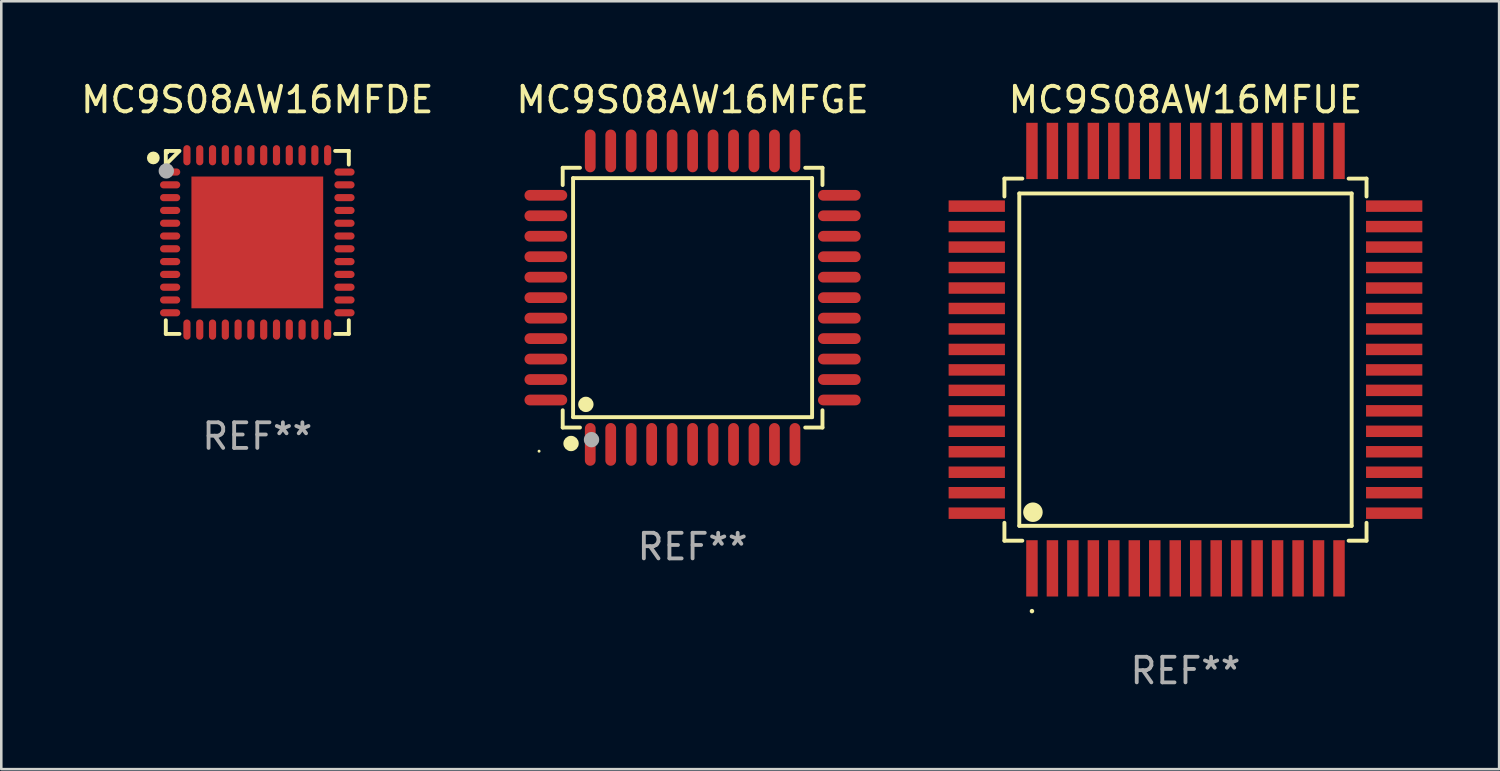
<source format=kicad_pcb>
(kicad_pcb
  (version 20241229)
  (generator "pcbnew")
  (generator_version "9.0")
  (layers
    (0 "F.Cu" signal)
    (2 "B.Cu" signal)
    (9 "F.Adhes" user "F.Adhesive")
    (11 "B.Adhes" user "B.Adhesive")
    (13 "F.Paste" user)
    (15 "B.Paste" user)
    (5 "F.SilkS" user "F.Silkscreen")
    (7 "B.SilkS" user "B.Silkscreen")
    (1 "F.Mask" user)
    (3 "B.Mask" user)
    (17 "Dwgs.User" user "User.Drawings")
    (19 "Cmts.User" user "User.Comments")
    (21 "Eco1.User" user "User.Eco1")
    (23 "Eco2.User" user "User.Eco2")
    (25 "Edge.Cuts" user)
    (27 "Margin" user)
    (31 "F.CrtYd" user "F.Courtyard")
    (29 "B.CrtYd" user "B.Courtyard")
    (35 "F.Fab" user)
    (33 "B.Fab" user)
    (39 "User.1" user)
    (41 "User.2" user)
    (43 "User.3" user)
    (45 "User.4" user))
  (footprint "MC9S08AW16MFUE"
    (layer "F.Cu")
    (at 43.281 11.006)
    (property "Reference" "MC9S08AW16MFUE" (at 0 -10.157 0) (layer "F.SilkS") (effects (font (size 1 1) (thickness 0.15))))
    (attr through_hole)
    (fp_line (start -7.076 -7.076) (end -7.076 -6.376) (stroke (width 0.152) (type solid)) (layer "F.SilkS"))
    (fp_line (start -7.076 7.076) (end -7.076 6.376) (stroke (width 0.152) (type solid)) (layer "F.SilkS"))
    (fp_line (start -6.495 -6.495) (end 6.495 -6.495) (stroke (width 0.152) (type solid)) (layer "F.SilkS"))
    (fp_line (start -6.495 6.495) (end -6.495 -6.495) (stroke (width 0.152) (type solid)) (layer "F.SilkS"))
    (fp_line (start -6.376 -7.076) (end -7.076 -7.076) (stroke (width 0.152) (type solid)) (layer "F.SilkS"))
    (fp_line (start -6.376 7.076) (end -7.076 7.076) (stroke (width 0.152) (type solid)) (layer "F.SilkS"))
    (fp_line (start 6.376 -7.076) (end 7.076 -7.076) (stroke (width 0.152) (type solid)) (layer "F.SilkS"))
    (fp_line (start 6.376 7.076) (end 7.076 7.076) (stroke (width 0.152) (type solid)) (layer "F.SilkS"))
    (fp_line (start 6.495 -6.495) (end 6.495 6.495) (stroke (width 0.152) (type solid)) (layer "F.SilkS"))
    (fp_line (start 6.495 6.495) (end -6.495 6.495) (stroke (width 0.152) (type solid)) (layer "F.SilkS"))
    (fp_line (start 7.076 -7.076) (end 7.076 -6.376) (stroke (width 0.152) (type solid)) (layer "F.SilkS"))
    (fp_line (start 7.076 7.076) (end 7.076 6.376) (stroke (width 0.152) (type solid)) (layer "F.SilkS"))
    (fp_circle (center -6 9.828) (end -5.956 9.828) (stroke (width 0.088) (type solid)) (fill no) (layer "F.SilkS"))
    (fp_circle (center -5.962 5.962) (end -5.771 5.962) (stroke (width 0.381) (type solid)) (fill no) (layer "F.SilkS"))
    (fp_text user "REF**" (at 0 12.157 0) (layer "F.Fab") (effects (font (size 1 1) (thickness 0.15))))
    (pad "1" smd rect (at -6 8.157 90) (size 2.2 0.448) (layers "F.Cu" "F.Mask" "F.Paste"))
    (pad "2" smd rect (at -5.2 8.157 90) (size 2.2 0.448) (layers "F.Cu" "F.Mask" "F.Paste"))
    (pad "3" smd rect (at -4.4 8.157 90) (size 2.2 0.448) (layers "F.Cu" "F.Mask" "F.Paste"))
    (pad "4" smd rect (at -3.6 8.157 90) (size 2.2 0.448) (layers "F.Cu" "F.Mask" "F.Paste"))
    (pad "5" smd rect (at -2.8 8.157 90) (size 2.2 0.448) (layers "F.Cu" "F.Mask" "F.Paste"))
    (pad "6" smd rect (at -2 8.157 90) (size 2.2 0.448) (layers "F.Cu" "F.Mask" "F.Paste"))
    (pad "7" smd rect (at -1.2 8.157 90) (size 2.2 0.448) (layers "F.Cu" "F.Mask" "F.Paste"))
    (pad "8" smd rect (at -0.4 8.157 90) (size 2.2 0.448) (layers "F.Cu" "F.Mask" "F.Paste"))
    (pad "9" smd rect (at 0.4 8.157 90) (size 2.2 0.448) (layers "F.Cu" "F.Mask" "F.Paste"))
    (pad "10" smd rect (at 1.2 8.157 90) (size 2.2 0.448) (layers "F.Cu" "F.Mask" "F.Paste"))
    (pad "11" smd rect (at 2 8.157 90) (size 2.2 0.448) (layers "F.Cu" "F.Mask" "F.Paste"))
    (pad "12" smd rect (at 2.8 8.157 90) (size 2.2 0.448) (layers "F.Cu" "F.Mask" "F.Paste"))
    (pad "13" smd rect (at 3.6 8.157 90) (size 2.2 0.448) (layers "F.Cu" "F.Mask" "F.Paste"))
    (pad "14" smd rect (at 4.4 8.157 90) (size 2.2 0.448) (layers "F.Cu" "F.Mask" "F.Paste"))
    (pad "15" smd rect (at 5.2 8.157 90) (size 2.2 0.448) (layers "F.Cu" "F.Mask" "F.Paste"))
    (pad "16" smd rect (at 6 8.157 90) (size 2.2 0.448) (layers "F.Cu" "F.Mask" "F.Paste"))
    (pad "17" smd rect (at 8.157 6 90) (size 0.448 2.2) (layers "F.Cu" "F.Mask" "F.Paste"))
    (pad "18" smd rect (at 8.157 5.2 90) (size 0.448 2.2) (layers "F.Cu" "F.Mask" "F.Paste"))
    (pad "19" smd rect (at 8.157 4.4 90) (size 0.448 2.2) (layers "F.Cu" "F.Mask" "F.Paste"))
    (pad "20" smd rect (at 8.157 3.6 90) (size 0.448 2.2) (layers "F.Cu" "F.Mask" "F.Paste"))
    (pad "21" smd rect (at 8.157 2.8 90) (size 0.448 2.2) (layers "F.Cu" "F.Mask" "F.Paste"))
    (pad "22" smd rect (at 8.157 2 90) (size 0.448 2.2) (layers "F.Cu" "F.Mask" "F.Paste"))
    (pad "23" smd rect (at 8.157 1.2 90) (size 0.448 2.2) (layers "F.Cu" "F.Mask" "F.Paste"))
    (pad "24" smd rect (at 8.157 0.4 90) (size 0.448 2.2) (layers "F.Cu" "F.Mask" "F.Paste"))
    (pad "25" smd rect (at 8.157 -0.4 90) (size 0.448 2.2) (layers "F.Cu" "F.Mask" "F.Paste"))
    (pad "26" smd rect (at 8.157 -1.2 90) (size 0.448 2.2) (layers "F.Cu" "F.Mask" "F.Paste"))
    (pad "27" smd rect (at 8.157 -2 90) (size 0.448 2.2) (layers "F.Cu" "F.Mask" "F.Paste"))
    (pad "28" smd rect (at 8.157 -2.8 90) (size 0.448 2.2) (layers "F.Cu" "F.Mask" "F.Paste"))
    (pad "29" smd rect (at 8.157 -3.6 90) (size 0.448 2.2) (layers "F.Cu" "F.Mask" "F.Paste"))
    (pad "30" smd rect (at 8.157 -4.4 90) (size 0.448 2.2) (layers "F.Cu" "F.Mask" "F.Paste"))
    (pad "31" smd rect (at 8.157 -5.2 90) (size 0.448 2.2) (layers "F.Cu" "F.Mask" "F.Paste"))
    (pad "32" smd rect (at 8.157 -6 90) (size 0.448 2.2) (layers "F.Cu" "F.Mask" "F.Paste"))
    (pad "33" smd rect (at 6 -8.157 90) (size 2.2 0.448) (layers "F.Cu" "F.Mask" "F.Paste"))
    (pad "34" smd rect (at 5.2 -8.157 90) (size 2.2 0.448) (layers "F.Cu" "F.Mask" "F.Paste"))
    (pad "35" smd rect (at 4.4 -8.157 90) (size 2.2 0.448) (layers "F.Cu" "F.Mask" "F.Paste"))
    (pad "36" smd rect (at 3.6 -8.157 90) (size 2.2 0.448) (layers "F.Cu" "F.Mask" "F.Paste"))
    (pad "37" smd rect (at 2.8 -8.157 90) (size 2.2 0.448) (layers "F.Cu" "F.Mask" "F.Paste"))
    (pad "38" smd rect (at 2 -8.157 90) (size 2.2 0.448) (layers "F.Cu" "F.Mask" "F.Paste"))
    (pad "39" smd rect (at 1.2 -8.157 90) (size 2.2 0.448) (layers "F.Cu" "F.Mask" "F.Paste"))
    (pad "40" smd rect (at 0.4 -8.157 90) (size 2.2 0.448) (layers "F.Cu" "F.Mask" "F.Paste"))
    (pad "41" smd rect (at -0.4 -8.157 90) (size 2.2 0.448) (layers "F.Cu" "F.Mask" "F.Paste"))
    (pad "42" smd rect (at -1.2 -8.157 90) (size 2.2 0.448) (layers "F.Cu" "F.Mask" "F.Paste"))
    (pad "43" smd rect (at -2 -8.157 90) (size 2.2 0.448) (layers "F.Cu" "F.Mask" "F.Paste"))
    (pad "44" smd rect (at -2.8 -8.157 90) (size 2.2 0.448) (layers "F.Cu" "F.Mask" "F.Paste"))
    (pad "45" smd rect (at -3.6 -8.157 90) (size 2.2 0.448) (layers "F.Cu" "F.Mask" "F.Paste"))
    (pad "46" smd rect (at -4.4 -8.157 90) (size 2.2 0.448) (layers "F.Cu" "F.Mask" "F.Paste"))
    (pad "47" smd rect (at -5.2 -8.157 90) (size 2.2 0.448) (layers "F.Cu" "F.Mask" "F.Paste"))
    (pad "48" smd rect (at -6 -8.157 90) (size 2.2 0.448) (layers "F.Cu" "F.Mask" "F.Paste"))
    (pad "49" smd rect (at -8.157 -6 90) (size 0.448 2.2) (layers "F.Cu" "F.Mask" "F.Paste"))
    (pad "50" smd rect (at -8.157 -5.2 90) (size 0.448 2.2) (layers "F.Cu" "F.Mask" "F.Paste"))
    (pad "51" smd rect (at -8.157 -4.4 90) (size 0.448 2.2) (layers "F.Cu" "F.Mask" "F.Paste"))
    (pad "52" smd rect (at -8.157 -3.6 90) (size 0.448 2.2) (layers "F.Cu" "F.Mask" "F.Paste"))
    (pad "53" smd rect (at -8.157 -2.8 90) (size 0.448 2.2) (layers "F.Cu" "F.Mask" "F.Paste"))
    (pad "54" smd rect (at -8.157 -2 90) (size 0.448 2.2) (layers "F.Cu" "F.Mask" "F.Paste"))
    (pad "55" smd rect (at -8.157 -1.2 90) (size 0.448 2.2) (layers "F.Cu" "F.Mask" "F.Paste"))
    (pad "56" smd rect (at -8.157 -0.4 90) (size 0.448 2.2) (layers "F.Cu" "F.Mask" "F.Paste"))
    (pad "57" smd rect (at -8.157 0.4 90) (size 0.448 2.2) (layers "F.Cu" "F.Mask" "F.Paste"))
    (pad "58" smd rect (at -8.157 1.2 90) (size 0.448 2.2) (layers "F.Cu" "F.Mask" "F.Paste"))
    (pad "59" smd rect (at -8.157 2 90) (size 0.448 2.2) (layers "F.Cu" "F.Mask" "F.Paste"))
    (pad "60" smd rect (at -8.157 2.8 90) (size 0.448 2.2) (layers "F.Cu" "F.Mask" "F.Paste"))
    (pad "61" smd rect (at -8.157 3.6 90) (size 0.448 2.2) (layers "F.Cu" "F.Mask" "F.Paste"))
    (pad "62" smd rect (at -8.157 4.4 90) (size 0.448 2.2) (layers "F.Cu" "F.Mask" "F.Paste"))
    (pad "63" smd rect (at -8.157 5.2 90) (size 0.448 2.2) (layers "F.Cu" "F.Mask" "F.Paste"))
    (pad "64" smd rect (at -8.157 6 90) (size 0.448 2.2) (layers "F.Cu" "F.Mask" "F.Paste")))
  (footprint "MC9S08AW16MFGE"
    (layer "F.Cu")
    (at 24.018 8.583)
    (property "Reference" "MC9S08AW16MFGE" (at 0 -7.735 0) (layer "F.SilkS") (effects (font (size 1 1) (thickness 0.15))))
    (attr through_hole)
    (fp_line (start -5.076 -5.076) (end -4.401 -5.076) (stroke (width 0.152) (type solid)) (layer "F.SilkS"))
    (fp_line (start -5.076 -4.401) (end -5.076 -5.076) (stroke (width 0.152) (type solid)) (layer "F.SilkS"))
    (fp_line (start -5.076 4.401) (end -5.076 5.076) (stroke (width 0.152) (type solid)) (layer "F.SilkS"))
    (fp_line (start -5.076 5.076) (end -4.401 5.076) (stroke (width 0.152) (type solid)) (layer "F.SilkS"))
    (fp_line (start -4.671 -4.671) (end 4.671 -4.671) (stroke (width 0.152) (type solid)) (layer "F.SilkS"))
    (fp_line (start -4.671 4.671) (end -4.671 -4.671) (stroke (width 0.152) (type solid)) (layer "F.SilkS"))
    (fp_line (start 4.671 -4.671) (end 4.671 4.671) (stroke (width 0.152) (type solid)) (layer "F.SilkS"))
    (fp_line (start 4.671 4.671) (end -4.671 4.671) (stroke (width 0.152) (type solid)) (layer "F.SilkS"))
    (fp_line (start 5.076 -5.076) (end 4.401 -5.076) (stroke (width 0.152) (type solid)) (layer "F.SilkS"))
    (fp_line (start 5.076 -4.401) (end 5.076 -5.076) (stroke (width 0.152) (type solid)) (layer "F.SilkS"))
    (fp_line (start 5.076 4.401) (end 5.076 5.076) (stroke (width 0.152) (type solid)) (layer "F.SilkS"))
    (fp_line (start 5.076 5.076) (end 4.401 5.076) (stroke (width 0.152) (type solid)) (layer "F.SilkS"))
    (fp_circle (center -6 6) (end -5.97 6) (stroke (width 0.06) (type solid)) (fill no) (layer "F.SilkS"))
    (fp_circle (center -4.75 5.7) (end -4.6 5.7) (stroke (width 0.3) (type solid)) (fill no) (layer "F.SilkS"))
    (fp_circle (center -4.171 4.171) (end -4.021 4.171) (stroke (width 0.3) (type solid)) (fill no) (layer "F.SilkS"))
    (fp_circle (center -3.95 5.55) (end -3.8 5.55) (stroke (width 0.3) (type solid)) (fill no) (layer "F.Fab"))
    (fp_text user "REF**" (at 0 9.735 0) (layer "F.Fab") (effects (font (size 1 1) (thickness 0.15))))
    (pad "1" smd oval (at -4 5.735) (size 0.42 1.67) (layers "F.Cu" "F.Mask" "F.Paste"))
    (pad "2" smd oval (at -3.2 5.735) (size 0.42 1.67) (layers "F.Cu" "F.Mask" "F.Paste"))
    (pad "3" smd oval (at -2.4 5.735) (size 0.42 1.67) (layers "F.Cu" "F.Mask" "F.Paste"))
    (pad "4" smd oval (at -1.6 5.735) (size 0.42 1.67) (layers "F.Cu" "F.Mask" "F.Paste"))
    (pad "5" smd oval (at -0.8 5.735) (size 0.42 1.67) (layers "F.Cu" "F.Mask" "F.Paste"))
    (pad "6" smd oval (at 0 5.735) (size 0.42 1.67) (layers "F.Cu" "F.Mask" "F.Paste"))
    (pad "7" smd oval (at 0.8 5.735) (size 0.42 1.67) (layers "F.Cu" "F.Mask" "F.Paste"))
    (pad "8" smd oval (at 1.6 5.735) (size 0.42 1.67) (layers "F.Cu" "F.Mask" "F.Paste"))
    (pad "9" smd oval (at 2.4 5.735) (size 0.42 1.67) (layers "F.Cu" "F.Mask" "F.Paste"))
    (pad "10" smd oval (at 3.2 5.735) (size 0.42 1.67) (layers "F.Cu" "F.Mask" "F.Paste"))
    (pad "11" smd oval (at 4 5.735) (size 0.42 1.67) (layers "F.Cu" "F.Mask" "F.Paste"))
    (pad "12" smd oval (at 5.735 4) (size 1.67 0.42) (layers "F.Cu" "F.Mask" "F.Paste"))
    (pad "13" smd oval (at 5.735 3.2) (size 1.67 0.42) (layers "F.Cu" "F.Mask" "F.Paste"))
    (pad "14" smd oval (at 5.735 2.4) (size 1.67 0.42) (layers "F.Cu" "F.Mask" "F.Paste"))
    (pad "15" smd oval (at 5.735 1.6) (size 1.67 0.42) (layers "F.Cu" "F.Mask" "F.Paste"))
    (pad "16" smd oval (at 5.735 0.8) (size 1.67 0.42) (layers "F.Cu" "F.Mask" "F.Paste"))
    (pad "17" smd oval (at 5.735 0) (size 1.67 0.42) (layers "F.Cu" "F.Mask" "F.Paste"))
    (pad "18" smd oval (at 5.735 -0.8) (size 1.67 0.42) (layers "F.Cu" "F.Mask" "F.Paste"))
    (pad "19" smd oval (at 5.735 -1.6) (size 1.67 0.42) (layers "F.Cu" "F.Mask" "F.Paste"))
    (pad "20" smd oval (at 5.735 -2.4) (size 1.67 0.42) (layers "F.Cu" "F.Mask" "F.Paste"))
    (pad "21" smd oval (at 5.735 -3.2) (size 1.67 0.42) (layers "F.Cu" "F.Mask" "F.Paste"))
    (pad "22" smd oval (at 5.735 -4) (size 1.67 0.42) (layers "F.Cu" "F.Mask" "F.Paste"))
    (pad "23" smd oval (at 4 -5.735) (size 0.42 1.67) (layers "F.Cu" "F.Mask" "F.Paste"))
    (pad "24" smd oval (at 3.2 -5.735) (size 0.42 1.67) (layers "F.Cu" "F.Mask" "F.Paste"))
    (pad "25" smd oval (at 2.4 -5.735) (size 0.42 1.67) (layers "F.Cu" "F.Mask" "F.Paste"))
    (pad "26" smd oval (at 1.6 -5.735) (size 0.42 1.67) (layers "F.Cu" "F.Mask" "F.Paste"))
    (pad "27" smd oval (at 0.8 -5.735) (size 0.42 1.67) (layers "F.Cu" "F.Mask" "F.Paste"))
    (pad "28" smd oval (at 0 -5.735) (size 0.42 1.67) (layers "F.Cu" "F.Mask" "F.Paste"))
    (pad "29" smd oval (at -0.8 -5.735) (size 0.42 1.67) (layers "F.Cu" "F.Mask" "F.Paste"))
    (pad "30" smd oval (at -1.6 -5.735) (size 0.42 1.67) (layers "F.Cu" "F.Mask" "F.Paste"))
    (pad "31" smd oval (at -2.4 -5.735) (size 0.42 1.67) (layers "F.Cu" "F.Mask" "F.Paste"))
    (pad "32" smd oval (at -3.2 -5.735) (size 0.42 1.67) (layers "F.Cu" "F.Mask" "F.Paste"))
    (pad "33" smd oval (at -4 -5.735) (size 0.42 1.67) (layers "F.Cu" "F.Mask" "F.Paste"))
    (pad "34" smd oval (at -5.735 -4) (size 1.67 0.42) (layers "F.Cu" "F.Mask" "F.Paste"))
    (pad "35" smd oval (at -5.735 -3.2) (size 1.67 0.42) (layers "F.Cu" "F.Mask" "F.Paste"))
    (pad "36" smd oval (at -5.735 -2.4) (size 1.67 0.42) (layers "F.Cu" "F.Mask" "F.Paste"))
    (pad "37" smd oval (at -5.735 -1.6) (size 1.67 0.42) (layers "F.Cu" "F.Mask" "F.Paste"))
    (pad "38" smd oval (at -5.735 -0.8) (size 1.67 0.42) (layers "F.Cu" "F.Mask" "F.Paste"))
    (pad "39" smd oval (at -5.735 0) (size 1.67 0.42) (layers "F.Cu" "F.Mask" "F.Paste"))
    (pad "40" smd oval (at -5.735 0.8) (size 1.67 0.42) (layers "F.Cu" "F.Mask" "F.Paste"))
    (pad "41" smd oval (at -5.735 1.6) (size 1.67 0.42) (layers "F.Cu" "F.Mask" "F.Paste"))
    (pad "42" smd oval (at -5.735 2.4) (size 1.67 0.42) (layers "F.Cu" "F.Mask" "F.Paste"))
    (pad "43" smd oval (at -5.735 3.2) (size 1.67 0.42) (layers "F.Cu" "F.Mask" "F.Paste"))
    (pad "44" smd oval (at -5.735 4) (size 1.67 0.42) (layers "F.Cu" "F.Mask" "F.Paste")))
  (footprint "MC9S08AW16MFDE"
    (layer "F.Cu")
    (at 7.006 6.424)
    (property "Reference" "MC9S08AW16MFDE" (at 0 -5.576 0) (layer "F.SilkS") (effects (font (size 1 1) (thickness 0.15))))
    (attr through_hole)
    (fp_line (start -3.576 -3.576) (end -3.042 -3.576) (stroke (width 0.152) (type solid)) (layer "F.SilkS"))
    (fp_line (start -3.576 -3.042) (end -3.576 -3.576) (stroke (width 0.152) (type solid)) (layer "F.SilkS"))
    (fp_line (start -3.576 3.042) (end -3.576 3.576) (stroke (width 0.152) (type solid)) (layer "F.SilkS"))
    (fp_line (start -3.576 3.576) (end -3.042 3.576) (stroke (width 0.152) (type solid)) (layer "F.SilkS"))
    (fp_line (start -3.069 -3.549) (end -3.549 -3.069) (stroke (width 0.152) (type solid)) (layer "F.SilkS"))
    (fp_line (start 3.576 -3.576) (end 3.042 -3.576) (stroke (width 0.152) (type solid)) (layer "F.SilkS"))
    (fp_line (start 3.576 -3.042) (end 3.576 -3.576) (stroke (width 0.152) (type solid)) (layer "F.SilkS"))
    (fp_line (start 3.576 3.042) (end 3.576 3.576) (stroke (width 0.152) (type solid)) (layer "F.SilkS"))
    (fp_line (start 3.576 3.576) (end 3.042 3.576) (stroke (width 0.152) (type solid)) (layer "F.SilkS"))
    (fp_circle (center -4.064 -3.302) (end -3.939 -3.302) (stroke (width 0.25) (type solid)) (fill no) (layer "F.SilkS"))
    (fp_circle (center -3.5 -3.5) (end -3.47 -3.5) (stroke (width 0.06) (type solid)) (fill no) (layer "F.SilkS"))
    (fp_circle (center -3.556 -2.794) (end -3.406 -2.794) (stroke (width 0.3) (type solid)) (fill no) (layer "F.Fab"))
    (fp_text user "REF**" (at 0 7.576 0) (layer "F.Fab") (effects (font (size 1 1) (thickness 0.15))))
    (pad "1" smd oval (at -3.407 -2.75) (size 0.79 0.28) (layers "F.Cu" "F.Mask" "F.Paste"))
    (pad "2" smd oval (at -3.407 -2.25) (size 0.79 0.28) (layers "F.Cu" "F.Mask" "F.Paste"))
    (pad "3" smd oval (at -3.407 -1.75) (size 0.79 0.28) (layers "F.Cu" "F.Mask" "F.Paste"))
    (pad "4" smd oval (at -3.407 -1.25) (size 0.79 0.28) (layers "F.Cu" "F.Mask" "F.Paste"))
    (pad "5" smd oval (at -3.407 -0.75) (size 0.79 0.28) (layers "F.Cu" "F.Mask" "F.Paste"))
    (pad "6" smd oval (at -3.407 -0.25) (size 0.79 0.28) (layers "F.Cu" "F.Mask" "F.Paste"))
    (pad "7" smd oval (at -3.407 0.25) (size 0.79 0.28) (layers "F.Cu" "F.Mask" "F.Paste"))
    (pad "8" smd oval (at -3.407 0.75) (size 0.79 0.28) (layers "F.Cu" "F.Mask" "F.Paste"))
    (pad "9" smd oval (at -3.407 1.25) (size 0.79 0.28) (layers "F.Cu" "F.Mask" "F.Paste"))
    (pad "10" smd oval (at -3.407 1.75) (size 0.79 0.28) (layers "F.Cu" "F.Mask" "F.Paste"))
    (pad "11" smd oval (at -3.407 2.25) (size 0.79 0.28) (layers "F.Cu" "F.Mask" "F.Paste"))
    (pad "12" smd oval (at -3.407 2.75) (size 0.79 0.28) (layers "F.Cu" "F.Mask" "F.Paste"))
    (pad "13" smd oval (at -2.75 3.407) (size 0.28 0.79) (layers "F.Cu" "F.Mask" "F.Paste"))
    (pad "14" smd oval (at -2.25 3.407) (size 0.28 0.79) (layers "F.Cu" "F.Mask" "F.Paste"))
    (pad "15" smd oval (at -1.75 3.407) (size 0.28 0.79) (layers "F.Cu" "F.Mask" "F.Paste"))
    (pad "16" smd oval (at -1.25 3.407) (size 0.28 0.79) (layers "F.Cu" "F.Mask" "F.Paste"))
    (pad "17" smd oval (at -0.75 3.407) (size 0.28 0.79) (layers "F.Cu" "F.Mask" "F.Paste"))
    (pad "18" smd oval (at -0.25 3.407) (size 0.28 0.79) (layers "F.Cu" "F.Mask" "F.Paste"))
    (pad "19" smd oval (at 0.25 3.407) (size 0.28 0.79) (layers "F.Cu" "F.Mask" "F.Paste"))
    (pad "20" smd oval (at 0.75 3.407) (size 0.28 0.79) (layers "F.Cu" "F.Mask" "F.Paste"))
    (pad "21" smd oval (at 1.25 3.407) (size 0.28 0.79) (layers "F.Cu" "F.Mask" "F.Paste"))
    (pad "22" smd oval (at 1.75 3.407) (size 0.28 0.79) (layers "F.Cu" "F.Mask" "F.Paste"))
    (pad "23" smd oval (at 2.25 3.407) (size 0.28 0.79) (layers "F.Cu" "F.Mask" "F.Paste"))
    (pad "24" smd oval (at 2.75 3.407) (size 0.28 0.79) (layers "F.Cu" "F.Mask" "F.Paste"))
    (pad "25" smd oval (at 3.407 2.75) (size 0.79 0.28) (layers "F.Cu" "F.Mask" "F.Paste"))
    (pad "26" smd oval (at 3.407 2.25) (size 0.79 0.28) (layers "F.Cu" "F.Mask" "F.Paste"))
    (pad "27" smd oval (at 3.407 1.75) (size 0.79 0.28) (layers "F.Cu" "F.Mask" "F.Paste"))
    (pad "28" smd oval (at 3.407 1.25) (size 0.79 0.28) (layers "F.Cu" "F.Mask" "F.Paste"))
    (pad "29" smd oval (at 3.407 0.75) (size 0.79 0.28) (layers "F.Cu" "F.Mask" "F.Paste"))
    (pad "30" smd oval (at 3.407 0.25) (size 0.79 0.28) (layers "F.Cu" "F.Mask" "F.Paste"))
    (pad "31" smd oval (at 3.407 -0.25) (size 0.79 0.28) (layers "F.Cu" "F.Mask" "F.Paste"))
    (pad "32" smd oval (at 3.407 -0.75) (size 0.79 0.28) (layers "F.Cu" "F.Mask" "F.Paste"))
    (pad "33" smd oval (at 3.407 -1.25) (size 0.79 0.28) (layers "F.Cu" "F.Mask" "F.Paste"))
    (pad "34" smd oval (at 3.407 -1.75) (size 0.79 0.28) (layers "F.Cu" "F.Mask" "F.Paste"))
    (pad "35" smd oval (at 3.407 -2.25) (size 0.79 0.28) (layers "F.Cu" "F.Mask" "F.Paste"))
    (pad "36" smd oval (at 3.407 -2.75) (size 0.79 0.28) (layers "F.Cu" "F.Mask" "F.Paste"))
    (pad "37" smd oval (at 2.75 -3.407) (size 0.28 0.79) (layers "F.Cu" "F.Mask" "F.Paste"))
    (pad "38" smd oval (at 2.25 -3.407) (size 0.28 0.79) (layers "F.Cu" "F.Mask" "F.Paste"))
    (pad "39" smd oval (at 1.75 -3.407) (size 0.28 0.79) (layers "F.Cu" "F.Mask" "F.Paste"))
    (pad "40" smd oval (at 1.25 -3.407) (size 0.28 0.79) (layers "F.Cu" "F.Mask" "F.Paste"))
    (pad "41" smd oval (at 0.75 -3.407) (size 0.28 0.79) (layers "F.Cu" "F.Mask" "F.Paste"))
    (pad "42" smd oval (at 0.25 -3.407) (size 0.28 0.79) (layers "F.Cu" "F.Mask" "F.Paste"))
    (pad "43" smd oval (at -0.25 -3.407) (size 0.28 0.79) (layers "F.Cu" "F.Mask" "F.Paste"))
    (pad "44" smd oval (at -0.75 -3.407) (size 0.28 0.79) (layers "F.Cu" "F.Mask" "F.Paste"))
    (pad "45" smd oval (at -1.25 -3.407) (size 0.28 0.79) (layers "F.Cu" "F.Mask" "F.Paste"))
    (pad "46" smd oval (at -1.75 -3.407) (size 0.28 0.79) (layers "F.Cu" "F.Mask" "F.Paste"))
    (pad "47" smd oval (at -2.25 -3.407) (size 0.28 0.79) (layers "F.Cu" "F.Mask" "F.Paste"))
    (pad "48" smd oval (at -2.75 -3.407) (size 0.28 0.79) (layers "F.Cu" "F.Mask" "F.Paste"))
    (pad "49" smd rect (at 0 0) (size 5.15 5.15) (layers "F.Cu" "F.Mask" "F.Paste")))
  (gr_rect
    (start -3 -3)
    (end 55.539 27.011)
    (stroke (width 0.1) (type default))
    (fill no)
    (layer "Edge.Cuts")))
</source>
